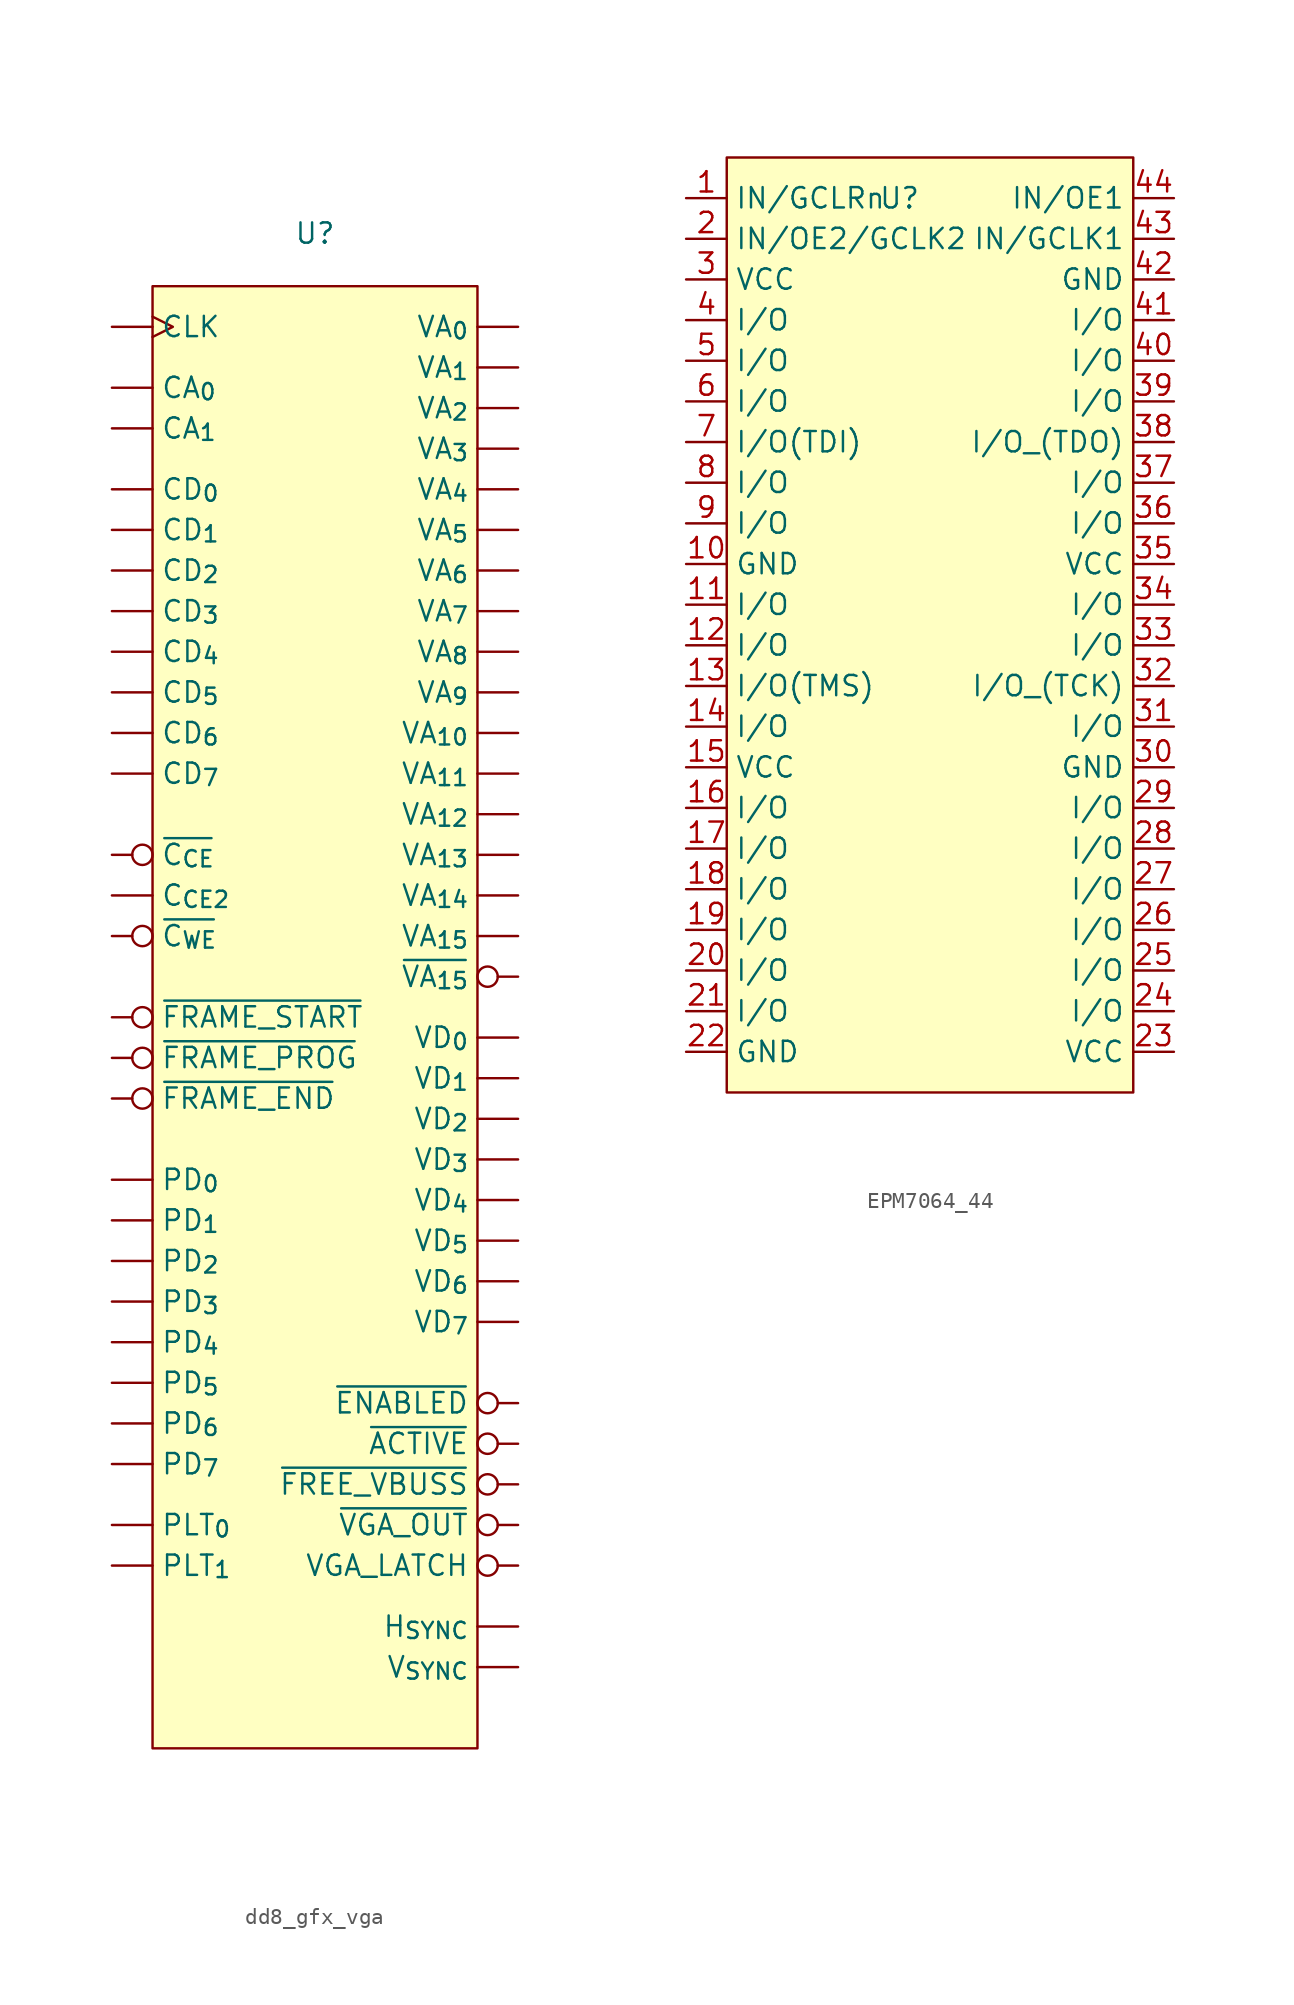
<source format=kicad_sym>
(kicad_symbol_lib
  (version 20231120)
  (generator "kicad_symbol_editor")
  (generator_version "8.0")
  (symbol "dd8_gfx_vga"
    (property "Reference" "U"
      (at 0 38.862 0)
      (effects (font (size 1.27 1.27))))
    (property "Value" ""
      (at -12.7 1.905 90)
      (effects (font (size 1.27 1.27))))
    (symbol "dd8_gfx_vga_1_1"
      (rectangle (start -10.16 35.56) (end 10.16 -55.88) (stroke (width 0) (type default)) (fill (type background)))
      (pin input line (at -12.7 29.21 0) (length 2.54) (name "CA_{0}" (effects (font (size 1.27 1.27)))) (number "" (effects (font (size 1.27 1.27)))))
      (pin input line (at -12.7 26.67 0) (length 2.54) (name "CA_{1}" (effects (font (size 1.27 1.27)))) (number "" (effects (font (size 1.27 1.27)))))
      (pin input line (at -12.7 22.86 0) (length 2.54) (name "CD_{0}" (effects (font (size 1.27 1.27)))) (number "" (effects (font (size 1.27 1.27)))))
      (pin input line (at -12.7 20.32 0) (length 2.54) (name "CD_{1}" (effects (font (size 1.27 1.27)))) (number "" (effects (font (size 1.27 1.27)))))
      (pin input line (at -12.7 17.78 0) (length 2.54) (name "CD_{2}" (effects (font (size 1.27 1.27)))) (number "" (effects (font (size 1.27 1.27)))))
      (pin input line (at -12.7 15.24 0) (length 2.54) (name "CD_{3}" (effects (font (size 1.27 1.27)))) (number "" (effects (font (size 1.27 1.27)))))
      (pin input line (at -12.7 12.7 0) (length 2.54) (name "CD_{4}" (effects (font (size 1.27 1.27)))) (number "" (effects (font (size 1.27 1.27)))))
      (pin input line (at -12.7 10.16 0) (length 2.54) (name "CD_{5}" (effects (font (size 1.27 1.27)))) (number "" (effects (font (size 1.27 1.27)))))
      (pin input line (at -12.7 7.62 0) (length 2.54) (name "CD_{6}" (effects (font (size 1.27 1.27)))) (number "" (effects (font (size 1.27 1.27)))))
      (pin input line (at -12.7 5.08 0) (length 2.54) (name "CD_{7}" (effects (font (size 1.27 1.27)))) (number "" (effects (font (size 1.27 1.27)))))
      (pin input clock (at -12.7 33.02 0) (length 2.54) (name "CLK" (effects (font (size 1.27 1.27)))) (number "" (effects (font (size 1.27 1.27)))))
      (pin input line (at -12.7 -2.54 0) (length 2.54) (name "C_{CE2}" (effects (font (size 1.27 1.27)))) (number "" (effects (font (size 1.27 1.27)))))
      (pin output line (at 12.7 -48.26 180) (length 2.54) (name "H_{SYNC}" (effects (font (size 1.27 1.27)))) (number "" (effects (font (size 1.27 1.27)))))
      (pin output line (at -12.7 -20.32 0) (length 2.54) (name "PD_{0}" (effects (font (size 1.27 1.27)))) (number "" (effects (font (size 1.27 1.27)))))
      (pin output line (at -12.7 -22.86 0) (length 2.54) (name "PD_{1}" (effects (font (size 1.27 1.27)))) (number "" (effects (font (size 1.27 1.27)))))
      (pin output line (at -12.7 -25.4 0) (length 2.54) (name "PD_{2}" (effects (font (size 1.27 1.27)))) (number "" (effects (font (size 1.27 1.27)))))
      (pin output line (at -12.7 -27.94 0) (length 2.54) (name "PD_{3}" (effects (font (size 1.27 1.27)))) (number "" (effects (font (size 1.27 1.27)))))
      (pin output line (at -12.7 -30.48 0) (length 2.54) (name "PD_{4}" (effects (font (size 1.27 1.27)))) (number "" (effects (font (size 1.27 1.27)))))
      (pin output line (at -12.7 -33.02 0) (length 2.54) (name "PD_{5}" (effects (font (size 1.27 1.27)))) (number "" (effects (font (size 1.27 1.27)))))
      (pin output line (at -12.7 -35.56 0) (length 2.54) (name "PD_{6}" (effects (font (size 1.27 1.27)))) (number "" (effects (font (size 1.27 1.27)))))
      (pin output line (at -12.7 -38.1 0) (length 2.54) (name "PD_{7}" (effects (font (size 1.27 1.27)))) (number "" (effects (font (size 1.27 1.27)))))
      (pin output line (at -12.7 -41.91 0) (length 2.54) (name "PLT_{0}" (effects (font (size 1.27 1.27)))) (number "" (effects (font (size 1.27 1.27)))))
      (pin output line (at -12.7 -44.45 0) (length 2.54) (name "PLT_{1}" (effects (font (size 1.27 1.27)))) (number "" (effects (font (size 1.27 1.27)))))
      (pin tri_state line (at 12.7 33.02 180) (length 2.54) (name "VA_{0}" (effects (font (size 1.27 1.27)))) (number "" (effects (font (size 1.27 1.27)))))
      (pin tri_state line (at 12.7 7.62 180) (length 2.54) (name "VA_{10}" (effects (font (size 1.27 1.27)))) (number "" (effects (font (size 1.27 1.27)))))
      (pin tri_state line (at 12.7 5.08 180) (length 2.54) (name "VA_{11}" (effects (font (size 1.27 1.27)))) (number "" (effects (font (size 1.27 1.27)))))
      (pin tri_state line (at 12.7 2.54 180) (length 2.54) (name "VA_{12}" (effects (font (size 1.27 1.27)))) (number "" (effects (font (size 1.27 1.27)))))
      (pin tri_state line (at 12.7 0 180) (length 2.54) (name "VA_{13}" (effects (font (size 1.27 1.27)))) (number "" (effects (font (size 1.27 1.27)))))
      (pin tri_state line (at 12.7 -2.54 180) (length 2.54) (name "VA_{14}" (effects (font (size 1.27 1.27)))) (number "" (effects (font (size 1.27 1.27)))))
      (pin tri_state line (at 12.7 -5.08 180) (length 2.54) (name "VA_{15}" (effects (font (size 1.27 1.27)))) (number "" (effects (font (size 1.27 1.27)))))
      (pin tri_state line (at 12.7 30.48 180) (length 2.54) (name "VA_{1}" (effects (font (size 1.27 1.27)))) (number "" (effects (font (size 1.27 1.27)))))
      (pin tri_state line (at 12.7 27.94 180) (length 2.54) (name "VA_{2}" (effects (font (size 1.27 1.27)))) (number "" (effects (font (size 1.27 1.27)))))
      (pin tri_state line (at 12.7 25.4 180) (length 2.54) (name "VA_{3}" (effects (font (size 1.27 1.27)))) (number "" (effects (font (size 1.27 1.27)))))
      (pin tri_state line (at 12.7 22.86 180) (length 2.54) (name "VA_{4}" (effects (font (size 1.27 1.27)))) (number "" (effects (font (size 1.27 1.27)))))
      (pin tri_state line (at 12.7 20.32 180) (length 2.54) (name "VA_{5}" (effects (font (size 1.27 1.27)))) (number "" (effects (font (size 1.27 1.27)))))
      (pin tri_state line (at 12.7 17.78 180) (length 2.54) (name "VA_{6}" (effects (font (size 1.27 1.27)))) (number "" (effects (font (size 1.27 1.27)))))
      (pin tri_state line (at 12.7 15.24 180) (length 2.54) (name "VA_{7}" (effects (font (size 1.27 1.27)))) (number "" (effects (font (size 1.27 1.27)))))
      (pin tri_state line (at 12.7 12.7 180) (length 2.54) (name "VA_{8}" (effects (font (size 1.27 1.27)))) (number "" (effects (font (size 1.27 1.27)))))
      (pin tri_state line (at 12.7 10.16 180) (length 2.54) (name "VA_{9}" (effects (font (size 1.27 1.27)))) (number "" (effects (font (size 1.27 1.27)))))
      (pin input line (at 12.7 -11.43 180) (length 2.54) (name "VD_{0}" (effects (font (size 1.27 1.27)))) (number "" (effects (font (size 1.27 1.27)))))
      (pin input line (at 12.7 -13.97 180) (length 2.54) (name "VD_{1}" (effects (font (size 1.27 1.27)))) (number "" (effects (font (size 1.27 1.27)))))
      (pin input line (at 12.7 -16.51 180) (length 2.54) (name "VD_{2}" (effects (font (size 1.27 1.27)))) (number "" (effects (font (size 1.27 1.27)))))
      (pin input line (at 12.7 -19.05 180) (length 2.54) (name "VD_{3}" (effects (font (size 1.27 1.27)))) (number "" (effects (font (size 1.27 1.27)))))
      (pin input line (at 12.7 -21.59 180) (length 2.54) (name "VD_{4}" (effects (font (size 1.27 1.27)))) (number "" (effects (font (size 1.27 1.27)))))
      (pin input line (at 12.7 -24.13 180) (length 2.54) (name "VD_{5}" (effects (font (size 1.27 1.27)))) (number "" (effects (font (size 1.27 1.27)))))
      (pin input line (at 12.7 -26.67 180) (length 2.54) (name "VD_{6}" (effects (font (size 1.27 1.27)))) (number "" (effects (font (size 1.27 1.27)))))
      (pin input line (at 12.7 -29.21 180) (length 2.54) (name "VD_{7}" (effects (font (size 1.27 1.27)))) (number "" (effects (font (size 1.27 1.27)))))
      (pin output inverted (at 12.7 -44.45 180) (length 2.54) (name "VGA_LATCH" (effects (font (size 1.27 1.27)))) (number "" (effects (font (size 1.27 1.27)))))
      (pin output line (at 12.7 -50.8 180) (length 2.54) (name "V_{SYNC}" (effects (font (size 1.27 1.27)))) (number "" (effects (font (size 1.27 1.27)))))
      (pin output inverted (at 12.7 -36.83 180) (length 2.54) (name "~{ACTIVE}" (effects (font (size 1.27 1.27)))) (number "" (effects (font (size 1.27 1.27)))))
      (pin input inverted (at -12.7 0 0) (length 2.54) (name "~{C_{CE}}" (effects (font (size 1.27 1.27)))) (number "" (effects (font (size 1.27 1.27)))))
      (pin input inverted (at -12.7 -5.08 0) (length 2.54) (name "~{C_{WE}}" (effects (font (size 1.27 1.27)))) (number "" (effects (font (size 1.27 1.27)))))
      (pin output inverted (at 12.7 -34.29 180) (length 2.54) (name "~{ENABLED}" (effects (font (size 1.27 1.27)))) (number "" (effects (font (size 1.27 1.27)))))
      (pin output inverted (at -12.7 -15.24 0) (length 2.54) (name "~{FRAME_END}" (effects (font (size 1.27 1.27)))) (number "" (effects (font (size 1.27 1.27)))))
      (pin output inverted (at -12.7 -12.7 0) (length 2.54) (name "~{FRAME_PROG}" (effects (font (size 1.27 1.27)))) (number "" (effects (font (size 1.27 1.27)))))
      (pin output inverted (at -12.7 -10.16 0) (length 2.54) (name "~{FRAME_START}" (effects (font (size 1.27 1.27)))) (number "" (effects (font (size 1.27 1.27)))))
      (pin output inverted (at 12.7 -39.37 180) (length 2.54) (name "~{FREE_VBUSS}" (effects (font (size 1.27 1.27)))) (number "" (effects (font (size 1.27 1.27)))))
      (pin tri_state inverted (at 12.7 -7.62 180) (length 2.54) (name "~{VA_{15}}" (effects (font (size 1.27 1.27)))) (number "" (effects (font (size 1.27 1.27)))))
      (pin output inverted (at 12.7 -41.91 180) (length 2.54) (name "~{VGA_OUT}" (effects (font (size 1.27 1.27)))) (number "" (effects (font (size 1.27 1.27)))))))
  (symbol "EPM7064_44"
    (property "Reference" "U"
      (at -1.905 25.4 0)
      (effects (font (size 1.27 1.27))))
    (property "Value" ""
      (at -2.54 19.05 0)
      (effects (font (size 1.27 1.27))))
    (symbol "EPM7064_44_1_1"
      (rectangle (start -12.7 27.94) (end 12.7 -30.48) (stroke (width 0) (type default)) (fill (type background)))
      (pin input line (at -15.24 25.4 0) (length 2.54) (name "IN/GCLRn" (effects (font (size 1.27 1.27)))) (number "1" (effects (font (size 1.27 1.27)))))
      (pin power_in line (at -15.24 2.54 0) (length 2.54) (name "GND" (effects (font (size 1.27 1.27)))) (number "10" (effects (font (size 1.27 1.27)))))
      (pin bidirectional line (at -15.24 0 0) (length 2.54) (name "I/O" (effects (font (size 1.27 1.27)))) (number "11" (effects (font (size 1.27 1.27)))))
      (pin bidirectional line (at -15.24 -2.54 0) (length 2.54) (name "I/O" (effects (font (size 1.27 1.27)))) (number "12" (effects (font (size 1.27 1.27)))))
      (pin bidirectional line (at -15.24 -5.08 0) (length 2.54) (name "I/O(TMS)" (effects (font (size 1.27 1.27)))) (number "13" (effects (font (size 1.27 1.27)))))
      (pin bidirectional line (at -15.24 -7.62 0) (length 2.54) (name "I/O" (effects (font (size 1.27 1.27)))) (number "14" (effects (font (size 1.27 1.27)))))
      (pin power_in line (at -15.24 -10.16 0) (length 2.54) (name "VCC" (effects (font (size 1.27 1.27)))) (number "15" (effects (font (size 1.27 1.27)))))
      (pin bidirectional line (at -15.24 -12.7 0) (length 2.54) (name "I/O" (effects (font (size 1.27 1.27)))) (number "16" (effects (font (size 1.27 1.27)))))
      (pin bidirectional line (at -15.24 -15.24 0) (length 2.54) (name "I/O" (effects (font (size 1.27 1.27)))) (number "17" (effects (font (size 1.27 1.27)))))
      (pin bidirectional line (at -15.24 -17.78 0) (length 2.54) (name "I/O" (effects (font (size 1.27 1.27)))) (number "18" (effects (font (size 1.27 1.27)))))
      (pin bidirectional line (at -15.24 -20.32 0) (length 2.54) (name "I/O" (effects (font (size 1.27 1.27)))) (number "19" (effects (font (size 1.27 1.27)))))
      (pin input line (at -15.24 22.86 0) (length 2.54) (name "IN/OE2/GCLK2" (effects (font (size 1.27 1.27)))) (number "2" (effects (font (size 1.27 1.27)))))
      (pin bidirectional line (at -15.24 -22.86 0) (length 2.54) (name "I/O" (effects (font (size 1.27 1.27)))) (number "20" (effects (font (size 1.27 1.27)))))
      (pin bidirectional line (at -15.24 -25.4 0) (length 2.54) (name "I/O" (effects (font (size 1.27 1.27)))) (number "21" (effects (font (size 1.27 1.27)))))
      (pin power_in line (at -15.24 -27.94 0) (length 2.54) (name "GND" (effects (font (size 1.27 1.27)))) (number "22" (effects (font (size 1.27 1.27)))))
      (pin power_in line (at 15.24 -27.94 180) (length 2.54) (name "VCC" (effects (font (size 1.27 1.27)))) (number "23" (effects (font (size 1.27 1.27)))))
      (pin bidirectional line (at 15.24 -25.4 180) (length 2.54) (name "I/O" (effects (font (size 1.27 1.27)))) (number "24" (effects (font (size 1.27 1.27)))))
      (pin bidirectional line (at 15.24 -22.86 180) (length 2.54) (name "I/O" (effects (font (size 1.27 1.27)))) (number "25" (effects (font (size 1.27 1.27)))))
      (pin bidirectional line (at 15.24 -20.32 180) (length 2.54) (name "I/O" (effects (font (size 1.27 1.27)))) (number "26" (effects (font (size 1.27 1.27)))))
      (pin bidirectional line (at 15.24 -17.78 180) (length 2.54) (name "I/O" (effects (font (size 1.27 1.27)))) (number "27" (effects (font (size 1.27 1.27)))))
      (pin bidirectional line (at 15.24 -15.24 180) (length 2.54) (name "I/O" (effects (font (size 1.27 1.27)))) (number "28" (effects (font (size 1.27 1.27)))))
      (pin bidirectional line (at 15.24 -12.7 180) (length 2.54) (name "I/O" (effects (font (size 1.27 1.27)))) (number "29" (effects (font (size 1.27 1.27)))))
      (pin power_in line (at -15.24 20.32 0) (length 2.54) (name "VCC" (effects (font (size 1.27 1.27)))) (number "3" (effects (font (size 1.27 1.27)))))
      (pin power_in line (at 15.24 -10.16 180) (length 2.54) (name "GND" (effects (font (size 1.27 1.27)))) (number "30" (effects (font (size 1.27 1.27)))))
      (pin bidirectional line (at 15.24 -7.62 180) (length 2.54) (name "I/O" (effects (font (size 1.27 1.27)))) (number "31" (effects (font (size 1.27 1.27)))))
      (pin bidirectional line (at 15.24 -5.08 180) (length 2.54) (name "I/O_(TCK)" (effects (font (size 1.27 1.27)))) (number "32" (effects (font (size 1.27 1.27)))))
      (pin bidirectional line (at 15.24 -2.54 180) (length 2.54) (name "I/O" (effects (font (size 1.27 1.27)))) (number "33" (effects (font (size 1.27 1.27)))))
      (pin bidirectional line (at 15.24 0 180) (length 2.54) (name "I/O" (effects (font (size 1.27 1.27)))) (number "34" (effects (font (size 1.27 1.27)))))
      (pin power_in line (at 15.24 2.54 180) (length 2.54) (name "VCC" (effects (font (size 1.27 1.27)))) (number "35" (effects (font (size 1.27 1.27)))))
      (pin bidirectional line (at 15.24 5.08 180) (length 2.54) (name "I/O" (effects (font (size 1.27 1.27)))) (number "36" (effects (font (size 1.27 1.27)))))
      (pin bidirectional line (at 15.24 7.62 180) (length 2.54) (name "I/O" (effects (font (size 1.27 1.27)))) (number "37" (effects (font (size 1.27 1.27)))))
      (pin bidirectional line (at 15.24 10.16 180) (length 2.54) (name "I/O_(TDO)" (effects (font (size 1.27 1.27)))) (number "38" (effects (font (size 1.27 1.27)))))
      (pin bidirectional line (at 15.24 12.7 180) (length 2.54) (name "I/O" (effects (font (size 1.27 1.27)))) (number "39" (effects (font (size 1.27 1.27)))))
      (pin bidirectional line (at -15.24 17.78 0) (length 2.54) (name "I/O" (effects (font (size 1.27 1.27)))) (number "4" (effects (font (size 1.27 1.27)))))
      (pin bidirectional line (at 15.24 15.24 180) (length 2.54) (name "I/O" (effects (font (size 1.27 1.27)))) (number "40" (effects (font (size 1.27 1.27)))))
      (pin bidirectional line (at 15.24 17.78 180) (length 2.54) (name "I/O" (effects (font (size 1.27 1.27)))) (number "41" (effects (font (size 1.27 1.27)))))
      (pin power_in line (at 15.24 20.32 180) (length 2.54) (name "GND" (effects (font (size 1.27 1.27)))) (number "42" (effects (font (size 1.27 1.27)))))
      (pin input line (at 15.24 22.86 180) (length 2.54) (name "IN/GCLK1" (effects (font (size 1.27 1.27)))) (number "43" (effects (font (size 1.27 1.27)))))
      (pin input line (at 15.24 25.4 180) (length 2.54) (name "IN/OE1" (effects (font (size 1.27 1.27)))) (number "44" (effects (font (size 1.27 1.27)))))
      (pin bidirectional line (at -15.24 15.24 0) (length 2.54) (name "I/O" (effects (font (size 1.27 1.27)))) (number "5" (effects (font (size 1.27 1.27)))))
      (pin bidirectional line (at -15.24 12.7 0) (length 2.54) (name "I/O" (effects (font (size 1.27 1.27)))) (number "6" (effects (font (size 1.27 1.27)))))
      (pin bidirectional line (at -15.24 10.16 0) (length 2.54) (name "I/O(TDI)" (effects (font (size 1.27 1.27)))) (number "7" (effects (font (size 1.27 1.27)))))
      (pin bidirectional line (at -15.24 7.62 0) (length 2.54) (name "I/O" (effects (font (size 1.27 1.27)))) (number "8" (effects (font (size 1.27 1.27)))))
      (pin bidirectional line (at -15.24 5.08 0) (length 2.54) (name "I/O" (effects (font (size 1.27 1.27)))) (number "9" (effects (font (size 1.27 1.27))))))))
</source>
